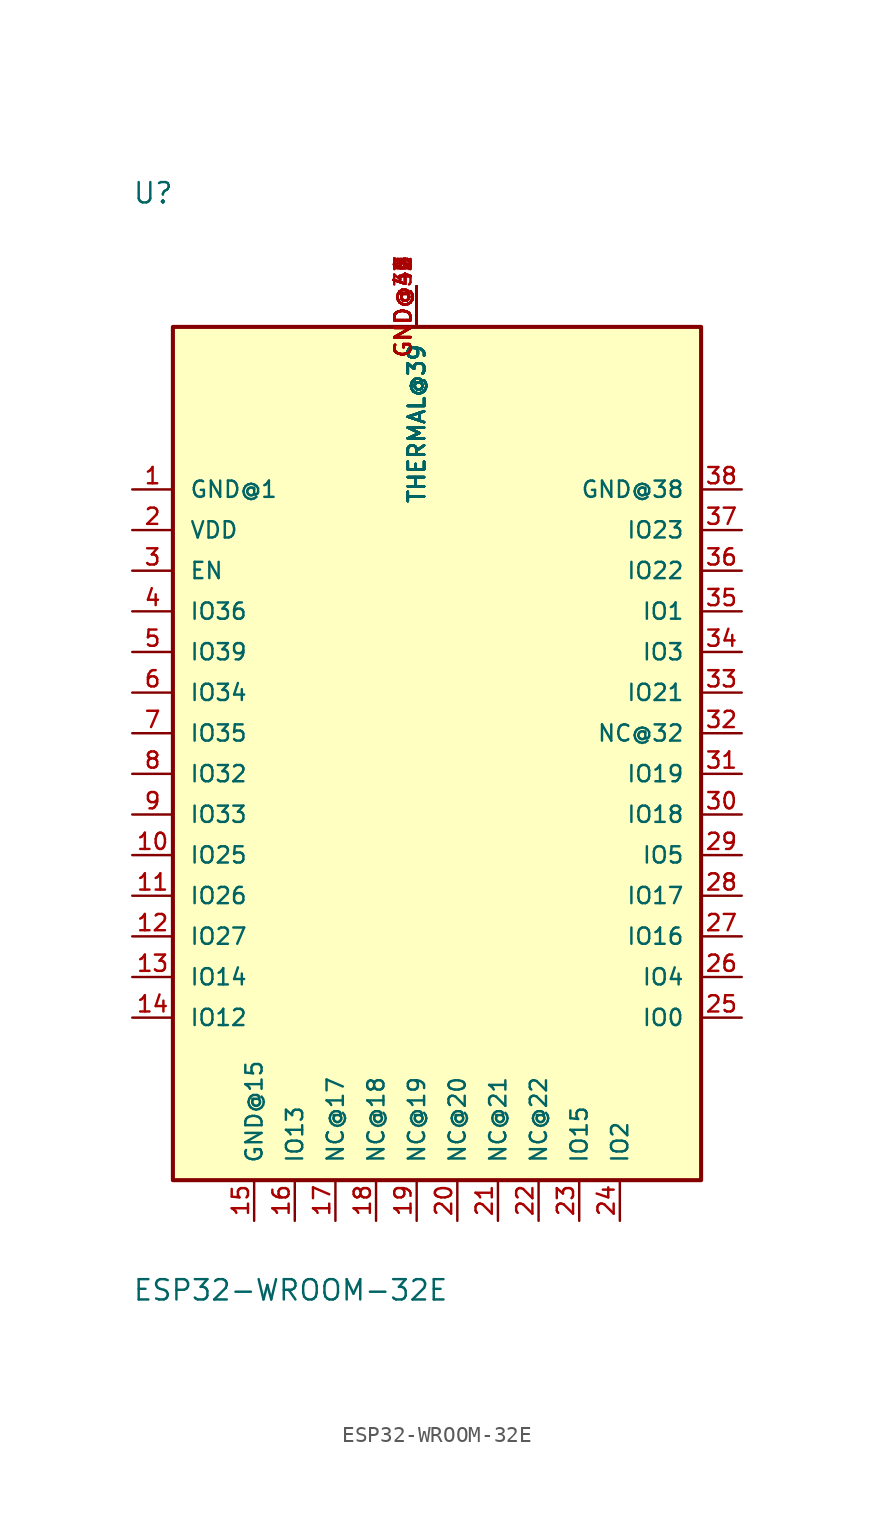
<source format=kicad_sym>
(kicad_symbol_lib
  (version 20211014)
  (generator kicad_symbol_editor)
  (symbol "ESP32-WROOM-32E"
    (pin_names
      (offset 1.016))
    (property "Reference" "U"
      (at -17.78 30.48 0)
      (effects (font (size 1.27 1.27)) (justify bottom left)))
    (property "Value" "ESP32-WROOM-32E"
      (at -17.78 -38.1 0)
      (effects (font (size 1.27 1.27)) (justify bottom left)))
    (symbol "ESP32-WROOM-32E_0_0"
      (rectangle (start -15.24 -30.48) (end 17.78 22.86) (stroke (width 0.254)) (fill (type background)))
      (pin bidirectional line (at -17.78 12.7 0) (length 2.54) (name "GND@1" (effects (font (size 1.016 1.016)))) (number "1" (effects (font (size 1.016 1.016)))))
      (pin bidirectional line (at -17.78 10.16 0) (length 2.54) (name "VDD" (effects (font (size 1.016 1.016)))) (number "2" (effects (font (size 1.016 1.016)))))
      (pin bidirectional line (at -17.78 7.62 0) (length 2.54) (name "EN" (effects (font (size 1.016 1.016)))) (number "3" (effects (font (size 1.016 1.016)))))
      (pin bidirectional line (at -17.78 5.08 0) (length 2.54) (name "IO36" (effects (font (size 1.016 1.016)))) (number "4" (effects (font (size 1.016 1.016)))))
      (pin bidirectional line (at -17.78 2.54 0) (length 2.54) (name "IO39" (effects (font (size 1.016 1.016)))) (number "5" (effects (font (size 1.016 1.016)))))
      (pin bidirectional line (at -17.78 0.0 0) (length 2.54) (name "IO34" (effects (font (size 1.016 1.016)))) (number "6" (effects (font (size 1.016 1.016)))))
      (pin bidirectional line (at -17.78 -2.54 0) (length 2.54) (name "IO35" (effects (font (size 1.016 1.016)))) (number "7" (effects (font (size 1.016 1.016)))))
      (pin bidirectional line (at -17.78 -5.08 0) (length 2.54) (name "IO32" (effects (font (size 1.016 1.016)))) (number "8" (effects (font (size 1.016 1.016)))))
      (pin bidirectional line (at -17.78 -7.62 0) (length 2.54) (name "IO33" (effects (font (size 1.016 1.016)))) (number "9" (effects (font (size 1.016 1.016)))))
      (pin bidirectional line (at -17.78 -10.16 0) (length 2.54) (name "IO25" (effects (font (size 1.016 1.016)))) (number "10" (effects (font (size 1.016 1.016)))))
      (pin bidirectional line (at -17.78 -12.7 0) (length 2.54) (name "IO26" (effects (font (size 1.016 1.016)))) (number "11" (effects (font (size 1.016 1.016)))))
      (pin bidirectional line (at -17.78 -15.24 0) (length 2.54) (name "IO27" (effects (font (size 1.016 1.016)))) (number "12" (effects (font (size 1.016 1.016)))))
      (pin bidirectional line (at -17.78 -17.78 0) (length 2.54) (name "IO14" (effects (font (size 1.016 1.016)))) (number "13" (effects (font (size 1.016 1.016)))))
      (pin bidirectional line (at -17.78 -20.32 0) (length 2.54) (name "IO12" (effects (font (size 1.016 1.016)))) (number "14" (effects (font (size 1.016 1.016)))))
      (pin bidirectional line (at -10.16 -33.02 90.0) (length 2.54) (name "GND@15" (effects (font (size 1.016 1.016)))) (number "15" (effects (font (size 1.016 1.016)))))
      (pin bidirectional line (at -7.62 -33.02 90.0) (length 2.54) (name "IO13" (effects (font (size 1.016 1.016)))) (number "16" (effects (font (size 1.016 1.016)))))
      (pin bidirectional line (at -5.08 -33.02 90.0) (length 2.54) (name "NC@17" (effects (font (size 1.016 1.016)))) (number "17" (effects (font (size 1.016 1.016)))))
      (pin bidirectional line (at -2.54 -33.02 90.0) (length 2.54) (name "NC@18" (effects (font (size 1.016 1.016)))) (number "18" (effects (font (size 1.016 1.016)))))
      (pin bidirectional line (at 0.0 -33.02 90.0) (length 2.54) (name "NC@19" (effects (font (size 1.016 1.016)))) (number "19" (effects (font (size 1.016 1.016)))))
      (pin bidirectional line (at 2.54 -33.02 90.0) (length 2.54) (name "NC@20" (effects (font (size 1.016 1.016)))) (number "20" (effects (font (size 1.016 1.016)))))
      (pin bidirectional line (at 5.08 -33.02 90.0) (length 2.54) (name "NC@21" (effects (font (size 1.016 1.016)))) (number "21" (effects (font (size 1.016 1.016)))))
      (pin bidirectional line (at 7.62 -33.02 90.0) (length 2.54) (name "NC@22" (effects (font (size 1.016 1.016)))) (number "22" (effects (font (size 1.016 1.016)))))
      (pin bidirectional line (at 10.16 -33.02 90.0) (length 2.54) (name "IO15" (effects (font (size 1.016 1.016)))) (number "23" (effects (font (size 1.016 1.016)))))
      (pin bidirectional line (at 12.7 -33.02 90.0) (length 2.54) (name "IO2" (effects (font (size 1.016 1.016)))) (number "24" (effects (font (size 1.016 1.016)))))
      (pin bidirectional line (at 20.32 -20.32 180.0) (length 2.54) (name "IO0" (effects (font (size 1.016 1.016)))) (number "25" (effects (font (size 1.016 1.016)))))
      (pin bidirectional line (at 20.32 -17.78 180.0) (length 2.54) (name "IO4" (effects (font (size 1.016 1.016)))) (number "26" (effects (font (size 1.016 1.016)))))
      (pin bidirectional line (at 20.32 -15.24 180.0) (length 2.54) (name "IO16" (effects (font (size 1.016 1.016)))) (number "27" (effects (font (size 1.016 1.016)))))
      (pin bidirectional line (at 20.32 -12.7 180.0) (length 2.54) (name "IO17" (effects (font (size 1.016 1.016)))) (number "28" (effects (font (size 1.016 1.016)))))
      (pin bidirectional line (at 20.32 -10.16 180.0) (length 2.54) (name "IO5" (effects (font (size 1.016 1.016)))) (number "29" (effects (font (size 1.016 1.016)))))
      (pin bidirectional line (at 20.32 -7.62 180.0) (length 2.54) (name "IO18" (effects (font (size 1.016 1.016)))) (number "30" (effects (font (size 1.016 1.016)))))
      (pin bidirectional line (at 20.32 -5.08 180.0) (length 2.54) (name "IO19" (effects (font (size 1.016 1.016)))) (number "31" (effects (font (size 1.016 1.016)))))
      (pin bidirectional line (at 20.32 -2.54 180.0) (length 2.54) (name "NC@32" (effects (font (size 1.016 1.016)))) (number "32" (effects (font (size 1.016 1.016)))))
      (pin bidirectional line (at 20.32 0.0 180.0) (length 2.54) (name "IO21" (effects (font (size 1.016 1.016)))) (number "33" (effects (font (size 1.016 1.016)))))
      (pin bidirectional line (at 20.32 2.54 180.0) (length 2.54) (name "IO3" (effects (font (size 1.016 1.016)))) (number "34" (effects (font (size 1.016 1.016)))))
      (pin bidirectional line (at 20.32 5.08 180.0) (length 2.54) (name "IO1" (effects (font (size 1.016 1.016)))) (number "35" (effects (font (size 1.016 1.016)))))
      (pin bidirectional line (at 20.32 7.62 180.0) (length 2.54) (name "IO22" (effects (font (size 1.016 1.016)))) (number "36" (effects (font (size 1.016 1.016)))))
      (pin bidirectional line (at 20.32 10.16 180.0) (length 2.54) (name "IO23" (effects (font (size 1.016 1.016)))) (number "37" (effects (font (size 1.016 1.016)))))
      (pin bidirectional line (at 20.32 12.7 180.0) (length 2.54) (name "GND@38" (effects (font (size 1.016 1.016)))) (number "38" (effects (font (size 1.016 1.016)))))
      (pin bidirectional line (at 0.0 25.4 270.0) (length 2.54) (name "THERMAL@39" (effects (font (size 1.016 1.016)))) (number "GND@39" (effects (font (size 1.016 1.016)))))
      (pin bidirectional line (at 0.0 25.4 270.0) (length 2.54) (name "THERMAL@39" (effects (font (size 1.016 1.016)))) (number "GND@40" (effects (font (size 1.016 1.016)))))
      (pin bidirectional line (at 0.0 25.4 270.0) (length 2.54) (name "THERMAL@39" (effects (font (size 1.016 1.016)))) (number "GND@41" (effects (font (size 1.016 1.016)))))
      (pin bidirectional line (at 0.0 25.4 270.0) (length 2.54) (name "THERMAL@39" (effects (font (size 1.016 1.016)))) (number "GND@42" (effects (font (size 1.016 1.016)))))
      (pin bidirectional line (at 0.0 25.4 270.0) (length 2.54) (name "THERMAL@39" (effects (font (size 1.016 1.016)))) (number "GND@43" (effects (font (size 1.016 1.016)))))
      (pin bidirectional line (at 0.0 25.4 270.0) (length 2.54) (name "THERMAL@39" (effects (font (size 1.016 1.016)))) (number "GND@44" (effects (font (size 1.016 1.016)))))
      (pin bidirectional line (at 0.0 25.4 270.0) (length 2.54) (name "THERMAL@39" (effects (font (size 1.016 1.016)))) (number "GND@45" (effects (font (size 1.016 1.016)))))
      (pin bidirectional line (at 0.0 25.4 270.0) (length 2.54) (name "THERMAL@39" (effects (font (size 1.016 1.016)))) (number "GND@46" (effects (font (size 1.016 1.016)))))
      (pin bidirectional line (at 0.0 25.4 270.0) (length 2.54) (name "THERMAL@39" (effects (font (size 1.016 1.016)))) (number "GND@47" (effects (font (size 1.016 1.016))))))))
</source>
